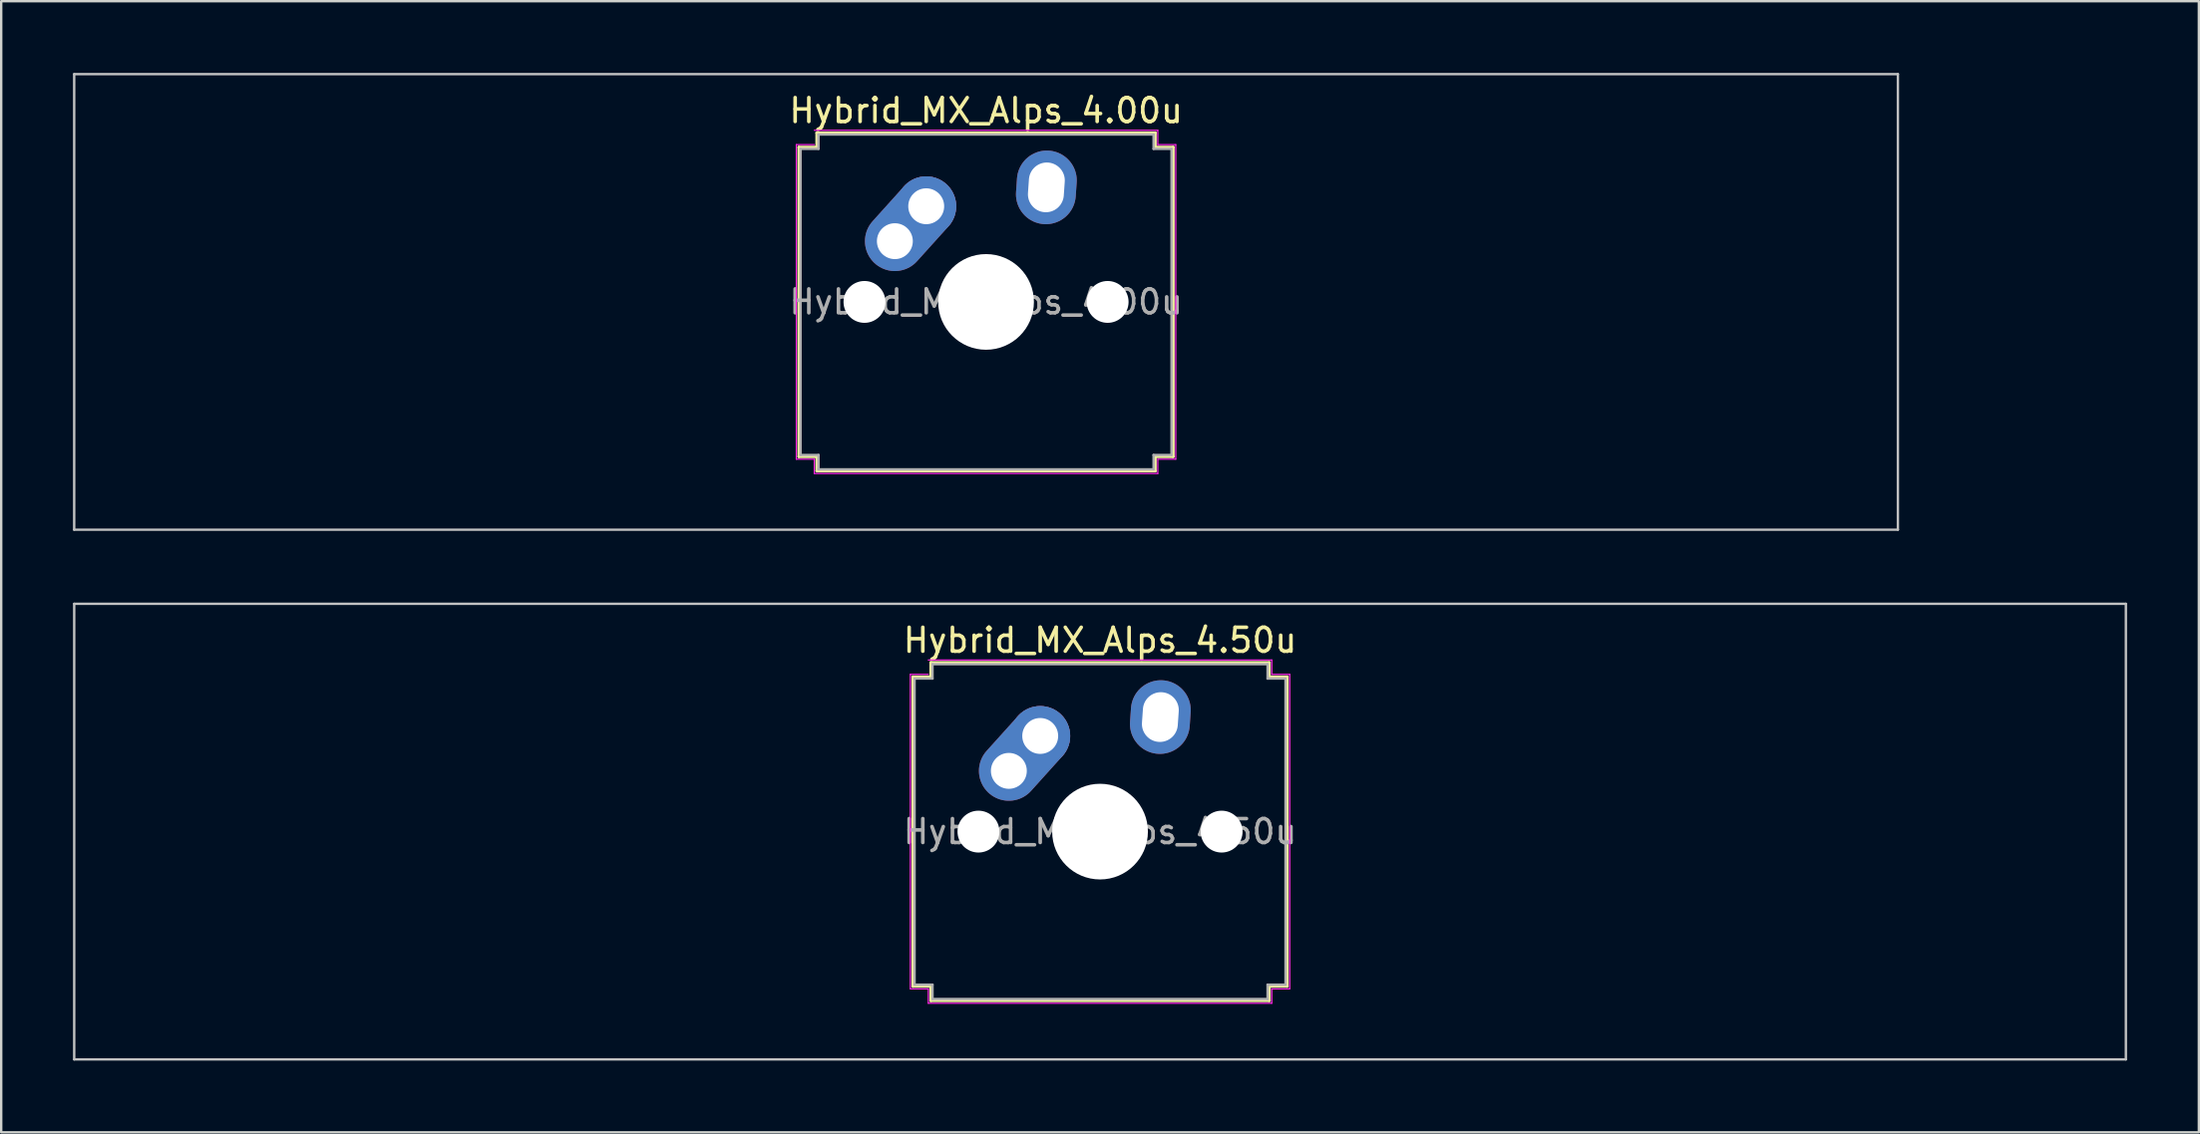
<source format=kicad_pcb>
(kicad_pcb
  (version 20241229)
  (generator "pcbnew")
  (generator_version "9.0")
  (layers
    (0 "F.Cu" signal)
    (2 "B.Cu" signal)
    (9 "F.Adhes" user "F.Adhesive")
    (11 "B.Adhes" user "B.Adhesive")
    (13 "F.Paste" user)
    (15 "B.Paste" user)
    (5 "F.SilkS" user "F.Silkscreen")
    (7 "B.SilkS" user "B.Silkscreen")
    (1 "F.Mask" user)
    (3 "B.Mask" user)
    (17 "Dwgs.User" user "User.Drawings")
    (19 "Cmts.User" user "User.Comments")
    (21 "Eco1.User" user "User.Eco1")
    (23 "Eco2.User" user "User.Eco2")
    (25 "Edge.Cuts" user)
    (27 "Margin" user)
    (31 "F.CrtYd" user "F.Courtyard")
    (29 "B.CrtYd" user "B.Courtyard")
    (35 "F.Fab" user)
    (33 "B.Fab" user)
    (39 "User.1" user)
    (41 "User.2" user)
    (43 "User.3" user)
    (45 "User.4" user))
  (footprint "Hybrid_MX_Alps_4.50u"
    (layer "F.Cu")
    (at 42.913 31.725)
    (property "Reference" "Hybrid_MX_Alps_4.50u" (at 0 -8 0) (layer "F.SilkS") (effects (font (size 1 1) (thickness 0.15))))
    (attr through_hole)
    (fp_line (start -7.821 -6.471) (end -7.071 -6.471) (stroke (width 0.12) (type solid)) (layer "F.SilkS"))
    (fp_line (start -7.821 6.471) (end -7.821 -6.471) (stroke (width 0.12) (type solid)) (layer "F.SilkS"))
    (fp_line (start -7.071 -7.071) (end 7.071 -7.071) (stroke (width 0.12) (type solid)) (layer "F.SilkS"))
    (fp_line (start -7.071 -6.471) (end -7.071 -7.071) (stroke (width 0.12) (type solid)) (layer "F.SilkS"))
    (fp_line (start -7.071 6.471) (end -7.821 6.471) (stroke (width 0.12) (type solid)) (layer "F.SilkS"))
    (fp_line (start -7.071 7.071) (end -7.071 6.471) (stroke (width 0.12) (type solid)) (layer "F.SilkS"))
    (fp_line (start 7.071 -7.071) (end 7.071 -6.471) (stroke (width 0.12) (type solid)) (layer "F.SilkS"))
    (fp_line (start 7.071 -6.471) (end 7.821 -6.471) (stroke (width 0.12) (type solid)) (layer "F.SilkS"))
    (fp_line (start 7.071 6.471) (end 7.071 7.071) (stroke (width 0.12) (type solid)) (layer "F.SilkS"))
    (fp_line (start 7.071 7.071) (end -7.071 7.071) (stroke (width 0.12) (type solid)) (layer "F.SilkS"))
    (fp_line (start 7.821 -6.471) (end 7.821 6.471) (stroke (width 0.12) (type solid)) (layer "F.SilkS"))
    (fp_line (start 7.821 6.471) (end 7.071 6.471) (stroke (width 0.12) (type solid)) (layer "F.SilkS"))
    (fp_line (start -42.862 -9.525) (end -42.862 9.525) (stroke (width 0.1) (type solid)) (layer "Dwgs.User"))
    (fp_line (start -42.862 9.525) (end 42.862 9.525) (stroke (width 0.1) (type solid)) (layer "Dwgs.User"))
    (fp_line (start 42.862 -9.525) (end -42.862 -9.525) (stroke (width 0.1) (type solid)) (layer "Dwgs.User"))
    (fp_line (start 42.862 9.525) (end 42.862 -9.525) (stroke (width 0.1) (type solid)) (layer "Dwgs.User"))
    (fp_line (start -7.927 -6.577) (end -7.177 -6.577) (stroke (width 0.05) (type solid)) (layer "F.CrtYd"))
    (fp_line (start -7.927 6.577) (end -7.927 -6.577) (stroke (width 0.05) (type solid)) (layer "F.CrtYd"))
    (fp_line (start -7.177 -7.177) (end 7.177 -7.177) (stroke (width 0.05) (type solid)) (layer "F.CrtYd"))
    (fp_line (start -7.177 6.577) (end -7.927 6.577) (stroke (width 0.05) (type solid)) (layer "F.CrtYd"))
    (fp_line (start -7.177 7.177) (end -7.177 6.577) (stroke (width 0.05) (type solid)) (layer "F.CrtYd"))
    (fp_line (start 7.177 -7.177) (end 7.177 -6.577) (stroke (width 0.05) (type solid)) (layer "F.CrtYd"))
    (fp_line (start 7.177 -6.577) (end 7.927 -6.577) (stroke (width 0.05) (type solid)) (layer "F.CrtYd"))
    (fp_line (start 7.177 6.577) (end 7.177 7.177) (stroke (width 0.05) (type solid)) (layer "F.CrtYd"))
    (fp_line (start 7.177 7.177) (end -7.177 7.177) (stroke (width 0.05) (type solid)) (layer "F.CrtYd"))
    (fp_line (start 7.927 -6.577) (end 7.927 6.577) (stroke (width 0.05) (type solid)) (layer "F.CrtYd"))
    (fp_line (start 7.927 6.577) (end 7.177 6.577) (stroke (width 0.05) (type solid)) (layer "F.CrtYd"))
    (fp_line (start -7.75 -6.4) (end -7 -6.4) (stroke (width 0.1) (type solid)) (layer "F.Fab"))
    (fp_line (start -7.75 6.4) (end -7.75 -6.4) (stroke (width 0.1) (type solid)) (layer "F.Fab"))
    (fp_line (start -7 -7) (end 7 -7) (stroke (width 0.1) (type solid)) (layer "F.Fab"))
    (fp_line (start -7 -6.4) (end -7 -7) (stroke (width 0.1) (type solid)) (layer "F.Fab"))
    (fp_line (start -7 6.4) (end -7.75 6.4) (stroke (width 0.1) (type solid)) (layer "F.Fab"))
    (fp_line (start -7 7) (end -7 6.4) (stroke (width 0.1) (type solid)) (layer "F.Fab"))
    (fp_line (start 7 -7) (end 7 -6.4) (stroke (width 0.1) (type solid)) (layer "F.Fab"))
    (fp_line (start 7 -6.4) (end 7.75 -6.4) (stroke (width 0.1) (type solid)) (layer "F.Fab"))
    (fp_line (start 7 6.4) (end 7 7) (stroke (width 0.1) (type solid)) (layer "F.Fab"))
    (fp_line (start 7 7) (end -7 7) (stroke (width 0.1) (type solid)) (layer "F.Fab"))
    (fp_line (start 7.75 -6.4) (end 7.75 6.4) (stroke (width 0.1) (type solid)) (layer "F.Fab"))
    (fp_line (start 7.75 6.4) (end 7 6.4) (stroke (width 0.1) (type solid)) (layer "F.Fab"))
    (fp_text user "${REFERENCE}" (at 0 0 0) (layer "F.Fab") (effects (font (size 1 1) (thickness 0.15))))
    (pad "" np_thru_hole circle (at -5.08 0) (size 1.75 1.75) (drill 1.75) (layers "*.Cu" "*.Mask"))
    (pad "" np_thru_hole circle (at 0 0) (size 4 4) (drill 4) (layers "*.Cu" "*.Mask"))
    (pad "" np_thru_hole circle (at 5.08 0) (size 1.75 1.75) (drill 1.75) (layers "*.Cu" "*.Mask"))
    (pad "1" thru_hole oval (at -3.81 -2.54 48) (size 4.462 2.5) (drill 1.5 (offset 0.981 0)) (layers "*.Cu" "*.Mask"))
    (pad "1" thru_hole circle (at -2.5 -4) (size 2.5 2.5) (drill 1.5) (layers "*.Cu" "*.Mask"))
    (pad "2" thru_hole oval (at 2.52 -4.79 86) (size 3.081 2.5) (drill oval 2.081 1.5) (layers "*.Cu" "*.Mask")))
  (footprint "Hybrid_MX_Alps_4.00u"
    (layer "F.Cu")
    (at 38.15 9.575)
    (property "Reference" "Hybrid_MX_Alps_4.00u" (at 0 -8 0) (layer "F.SilkS") (effects (font (size 1 1) (thickness 0.15))))
    (attr through_hole)
    (fp_line (start -7.821 -6.471) (end -7.071 -6.471) (stroke (width 0.12) (type solid)) (layer "F.SilkS"))
    (fp_line (start -7.821 6.471) (end -7.821 -6.471) (stroke (width 0.12) (type solid)) (layer "F.SilkS"))
    (fp_line (start -7.071 -7.071) (end 7.071 -7.071) (stroke (width 0.12) (type solid)) (layer "F.SilkS"))
    (fp_line (start -7.071 -6.471) (end -7.071 -7.071) (stroke (width 0.12) (type solid)) (layer "F.SilkS"))
    (fp_line (start -7.071 6.471) (end -7.821 6.471) (stroke (width 0.12) (type solid)) (layer "F.SilkS"))
    (fp_line (start -7.071 7.071) (end -7.071 6.471) (stroke (width 0.12) (type solid)) (layer "F.SilkS"))
    (fp_line (start 7.071 -7.071) (end 7.071 -6.471) (stroke (width 0.12) (type solid)) (layer "F.SilkS"))
    (fp_line (start 7.071 -6.471) (end 7.821 -6.471) (stroke (width 0.12) (type solid)) (layer "F.SilkS"))
    (fp_line (start 7.071 6.471) (end 7.071 7.071) (stroke (width 0.12) (type solid)) (layer "F.SilkS"))
    (fp_line (start 7.071 7.071) (end -7.071 7.071) (stroke (width 0.12) (type solid)) (layer "F.SilkS"))
    (fp_line (start 7.821 -6.471) (end 7.821 6.471) (stroke (width 0.12) (type solid)) (layer "F.SilkS"))
    (fp_line (start 7.821 6.471) (end 7.071 6.471) (stroke (width 0.12) (type solid)) (layer "F.SilkS"))
    (fp_line (start -38.1 -9.525) (end -38.1 9.525) (stroke (width 0.1) (type solid)) (layer "Dwgs.User"))
    (fp_line (start -38.1 9.525) (end 38.1 9.525) (stroke (width 0.1) (type solid)) (layer "Dwgs.User"))
    (fp_line (start 38.1 -9.525) (end -38.1 -9.525) (stroke (width 0.1) (type solid)) (layer "Dwgs.User"))
    (fp_line (start 38.1 9.525) (end 38.1 -9.525) (stroke (width 0.1) (type solid)) (layer "Dwgs.User"))
    (fp_line (start -7.927 -6.577) (end -7.177 -6.577) (stroke (width 0.05) (type solid)) (layer "F.CrtYd"))
    (fp_line (start -7.927 6.577) (end -7.927 -6.577) (stroke (width 0.05) (type solid)) (layer "F.CrtYd"))
    (fp_line (start -7.177 -7.177) (end 7.177 -7.177) (stroke (width 0.05) (type solid)) (layer "F.CrtYd"))
    (fp_line (start -7.177 6.577) (end -7.927 6.577) (stroke (width 0.05) (type solid)) (layer "F.CrtYd"))
    (fp_line (start -7.177 7.177) (end -7.177 6.577) (stroke (width 0.05) (type solid)) (layer "F.CrtYd"))
    (fp_line (start 7.177 -7.177) (end 7.177 -6.577) (stroke (width 0.05) (type solid)) (layer "F.CrtYd"))
    (fp_line (start 7.177 -6.577) (end 7.927 -6.577) (stroke (width 0.05) (type solid)) (layer "F.CrtYd"))
    (fp_line (start 7.177 6.577) (end 7.177 7.177) (stroke (width 0.05) (type solid)) (layer "F.CrtYd"))
    (fp_line (start 7.177 7.177) (end -7.177 7.177) (stroke (width 0.05) (type solid)) (layer "F.CrtYd"))
    (fp_line (start 7.927 -6.577) (end 7.927 6.577) (stroke (width 0.05) (type solid)) (layer "F.CrtYd"))
    (fp_line (start 7.927 6.577) (end 7.177 6.577) (stroke (width 0.05) (type solid)) (layer "F.CrtYd"))
    (fp_line (start -7.75 -6.4) (end -7 -6.4) (stroke (width 0.1) (type solid)) (layer "F.Fab"))
    (fp_line (start -7.75 6.4) (end -7.75 -6.4) (stroke (width 0.1) (type solid)) (layer "F.Fab"))
    (fp_line (start -7 -7) (end 7 -7) (stroke (width 0.1) (type solid)) (layer "F.Fab"))
    (fp_line (start -7 -6.4) (end -7 -7) (stroke (width 0.1) (type solid)) (layer "F.Fab"))
    (fp_line (start -7 6.4) (end -7.75 6.4) (stroke (width 0.1) (type solid)) (layer "F.Fab"))
    (fp_line (start -7 7) (end -7 6.4) (stroke (width 0.1) (type solid)) (layer "F.Fab"))
    (fp_line (start 7 -7) (end 7 -6.4) (stroke (width 0.1) (type solid)) (layer "F.Fab"))
    (fp_line (start 7 -6.4) (end 7.75 -6.4) (stroke (width 0.1) (type solid)) (layer "F.Fab"))
    (fp_line (start 7 6.4) (end 7 7) (stroke (width 0.1) (type solid)) (layer "F.Fab"))
    (fp_line (start 7 7) (end -7 7) (stroke (width 0.1) (type solid)) (layer "F.Fab"))
    (fp_line (start 7.75 -6.4) (end 7.75 6.4) (stroke (width 0.1) (type solid)) (layer "F.Fab"))
    (fp_line (start 7.75 6.4) (end 7 6.4) (stroke (width 0.1) (type solid)) (layer "F.Fab"))
    (fp_text user "${REFERENCE}" (at 0 0 0) (layer "F.Fab") (effects (font (size 1 1) (thickness 0.15))))
    (pad "" np_thru_hole circle (at -5.08 0) (size 1.75 1.75) (drill 1.75) (layers "*.Cu" "*.Mask"))
    (pad "" np_thru_hole circle (at 0 0) (size 4 4) (drill 4) (layers "*.Cu" "*.Mask"))
    (pad "" np_thru_hole circle (at 5.08 0) (size 1.75 1.75) (drill 1.75) (layers "*.Cu" "*.Mask"))
    (pad "1" thru_hole oval (at -3.81 -2.54 48) (size 4.462 2.5) (drill 1.5 (offset 0.981 0)) (layers "*.Cu" "*.Mask"))
    (pad "1" thru_hole circle (at -2.5 -4) (size 2.5 2.5) (drill 1.5) (layers "*.Cu" "*.Mask"))
    (pad "2" thru_hole oval (at 2.52 -4.79 86) (size 3.081 2.5) (drill oval 2.081 1.5) (layers "*.Cu" "*.Mask")))
  (gr_rect
    (start -3 -3)
    (end 88.825 44.3)
    (stroke (width 0.1) (type default))
    (fill no)
    (layer "Edge.Cuts")))
</source>
